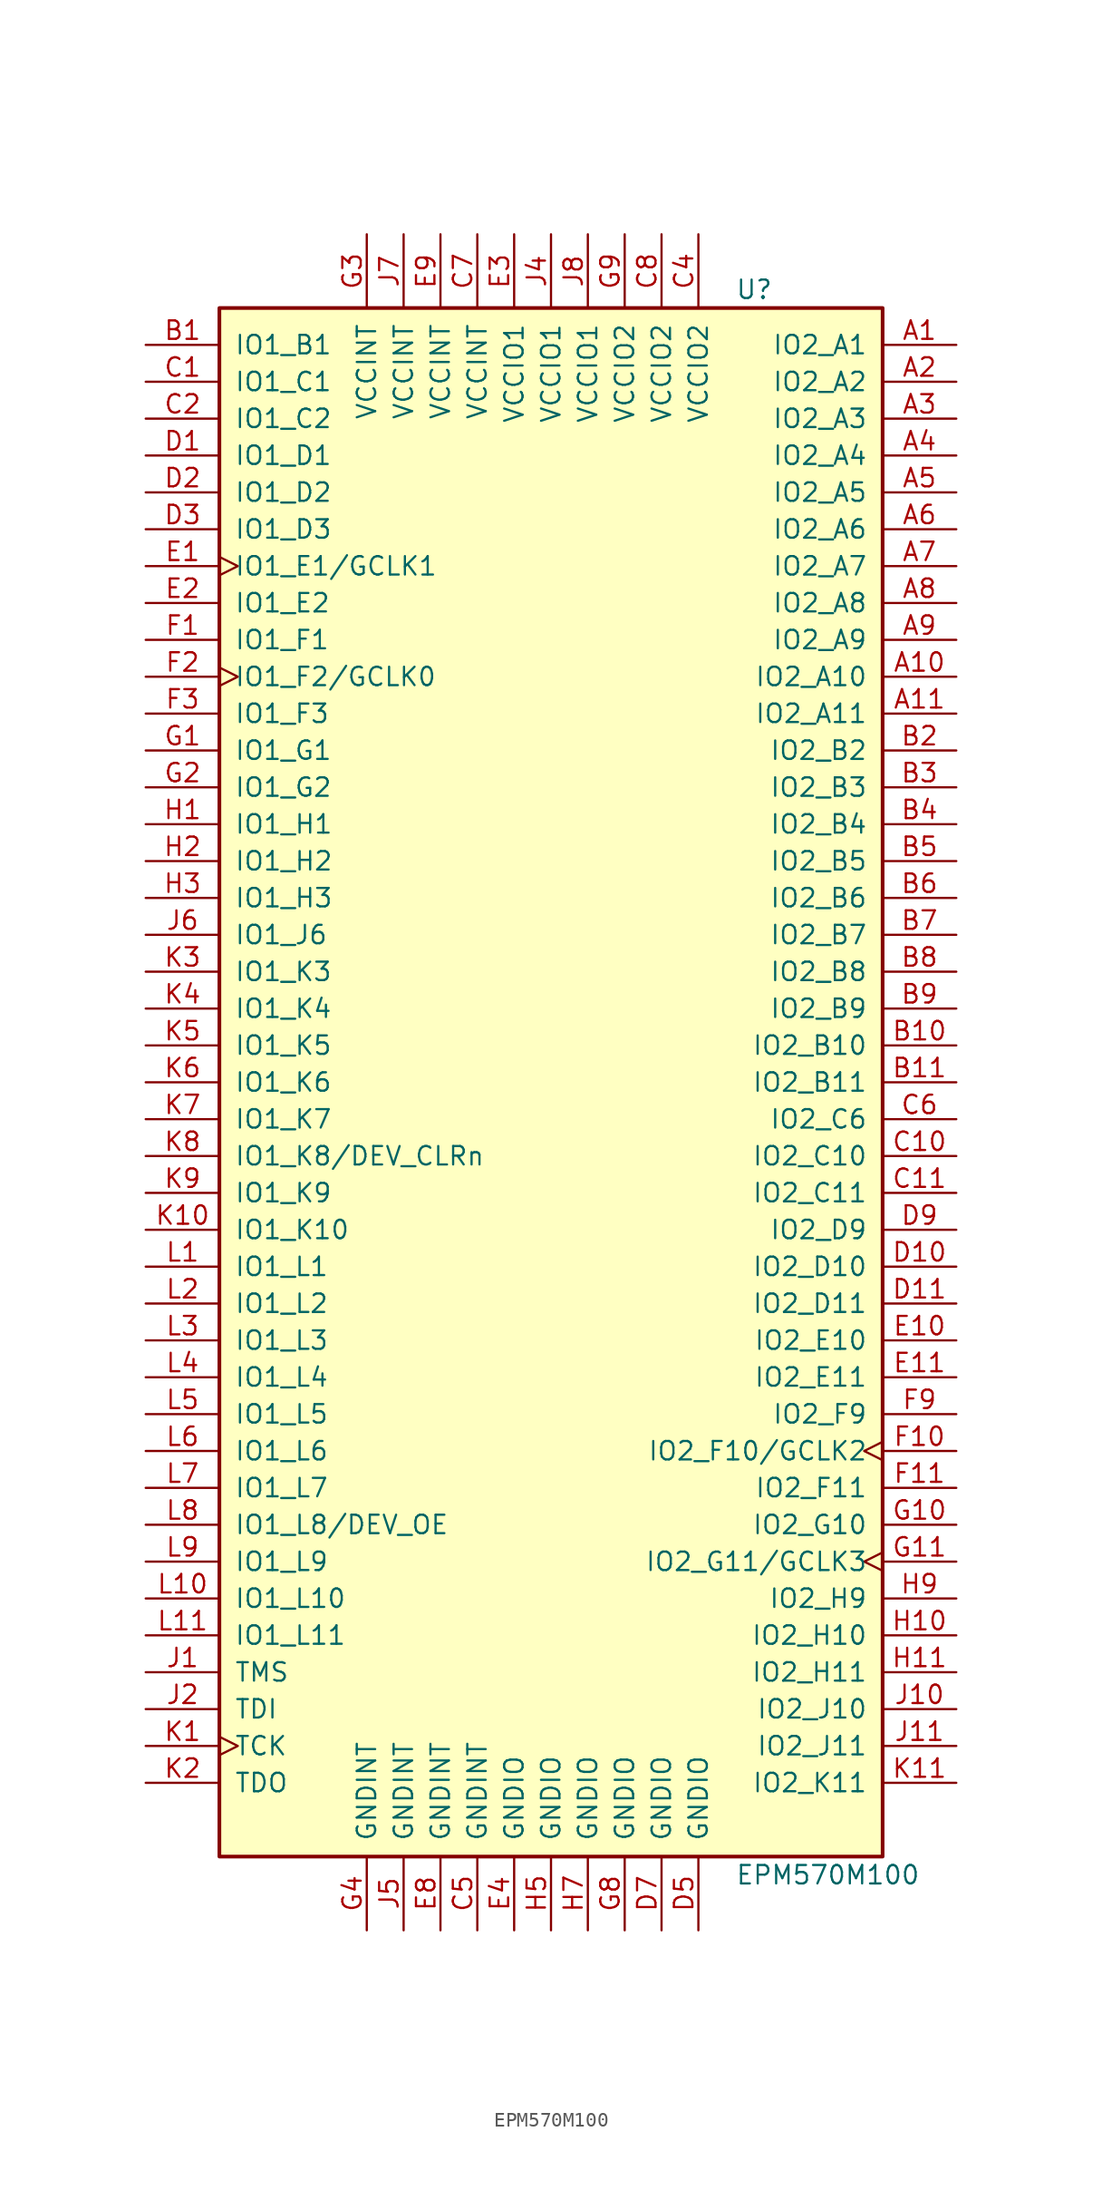
<source format=kicad_sym>
(kicad_symbol_lib
  (version 20201005)
  (generator kicad_symbol_editor)
  (symbol "EPM570M100"
    (pin_names
      (offset 1.016))
    (property "Reference" "U"
      (at 12.7 54.61 0)
      (effects (font (size 1.27 1.27)) (justify left)))
    (property "Value" "EPM570M100"
      (at 12.7 -54.61 0)
      (effects (font (size 1.27 1.27)) (justify left)))
    (property "ki_locked" ""
      (at 0 0 0)
      (effects (font (size 1.27 1.27))))
    (symbol "EPM570M100_1_1"
      (rectangle (start -22.86 53.34) (end 22.86 -53.34) (stroke (width 0.254)) (fill (type background)))
      (pin bidirectional line (at 27.94 50.8 180) (length 5.08) (name "IO2_A1" (effects (font (size 1.27 1.27)))) (number "A1" (effects (font (size 1.27 1.27)))))
      (pin bidirectional line (at 27.94 27.94 180) (length 5.08) (name "IO2_A10" (effects (font (size 1.27 1.27)))) (number "A10" (effects (font (size 1.27 1.27)))))
      (pin bidirectional line (at 27.94 25.4 180) (length 5.08) (name "IO2_A11" (effects (font (size 1.27 1.27)))) (number "A11" (effects (font (size 1.27 1.27)))))
      (pin bidirectional line (at 27.94 48.26 180) (length 5.08) (name "IO2_A2" (effects (font (size 1.27 1.27)))) (number "A2" (effects (font (size 1.27 1.27)))))
      (pin bidirectional line (at 27.94 45.72 180) (length 5.08) (name "IO2_A3" (effects (font (size 1.27 1.27)))) (number "A3" (effects (font (size 1.27 1.27)))))
      (pin bidirectional line (at 27.94 43.18 180) (length 5.08) (name "IO2_A4" (effects (font (size 1.27 1.27)))) (number "A4" (effects (font (size 1.27 1.27)))))
      (pin bidirectional line (at 27.94 40.64 180) (length 5.08) (name "IO2_A5" (effects (font (size 1.27 1.27)))) (number "A5" (effects (font (size 1.27 1.27)))))
      (pin bidirectional line (at 27.94 38.1 180) (length 5.08) (name "IO2_A6" (effects (font (size 1.27 1.27)))) (number "A6" (effects (font (size 1.27 1.27)))))
      (pin bidirectional line (at 27.94 35.56 180) (length 5.08) (name "IO2_A7" (effects (font (size 1.27 1.27)))) (number "A7" (effects (font (size 1.27 1.27)))))
      (pin bidirectional line (at 27.94 33.02 180) (length 5.08) (name "IO2_A8" (effects (font (size 1.27 1.27)))) (number "A8" (effects (font (size 1.27 1.27)))))
      (pin bidirectional line (at 27.94 30.48 180) (length 5.08) (name "IO2_A9" (effects (font (size 1.27 1.27)))) (number "A9" (effects (font (size 1.27 1.27)))))
      (pin bidirectional line (at -27.94 50.8 0) (length 5.08) (name "IO1_B1" (effects (font (size 1.27 1.27)))) (number "B1" (effects (font (size 1.27 1.27)))))
      (pin bidirectional line (at 27.94 2.54 180) (length 5.08) (name "IO2_B10" (effects (font (size 1.27 1.27)))) (number "B10" (effects (font (size 1.27 1.27)))))
      (pin bidirectional line (at 27.94 0 180) (length 5.08) (name "IO2_B11" (effects (font (size 1.27 1.27)))) (number "B11" (effects (font (size 1.27 1.27)))))
      (pin bidirectional line (at 27.94 22.86 180) (length 5.08) (name "IO2_B2" (effects (font (size 1.27 1.27)))) (number "B2" (effects (font (size 1.27 1.27)))))
      (pin bidirectional line (at 27.94 20.32 180) (length 5.08) (name "IO2_B3" (effects (font (size 1.27 1.27)))) (number "B3" (effects (font (size 1.27 1.27)))))
      (pin bidirectional line (at 27.94 17.78 180) (length 5.08) (name "IO2_B4" (effects (font (size 1.27 1.27)))) (number "B4" (effects (font (size 1.27 1.27)))))
      (pin bidirectional line (at 27.94 15.24 180) (length 5.08) (name "IO2_B5" (effects (font (size 1.27 1.27)))) (number "B5" (effects (font (size 1.27 1.27)))))
      (pin bidirectional line (at 27.94 12.7 180) (length 5.08) (name "IO2_B6" (effects (font (size 1.27 1.27)))) (number "B6" (effects (font (size 1.27 1.27)))))
      (pin bidirectional line (at 27.94 10.16 180) (length 5.08) (name "IO2_B7" (effects (font (size 1.27 1.27)))) (number "B7" (effects (font (size 1.27 1.27)))))
      (pin bidirectional line (at 27.94 7.62 180) (length 5.08) (name "IO2_B8" (effects (font (size 1.27 1.27)))) (number "B8" (effects (font (size 1.27 1.27)))))
      (pin bidirectional line (at 27.94 5.08 180) (length 5.08) (name "IO2_B9" (effects (font (size 1.27 1.27)))) (number "B9" (effects (font (size 1.27 1.27)))))
      (pin bidirectional line (at -27.94 48.26 0) (length 5.08) (name "IO1_C1" (effects (font (size 1.27 1.27)))) (number "C1" (effects (font (size 1.27 1.27)))))
      (pin bidirectional line (at 27.94 -5.08 180) (length 5.08) (name "IO2_C10" (effects (font (size 1.27 1.27)))) (number "C10" (effects (font (size 1.27 1.27)))))
      (pin bidirectional line (at 27.94 -7.62 180) (length 5.08) (name "IO2_C11" (effects (font (size 1.27 1.27)))) (number "C11" (effects (font (size 1.27 1.27)))))
      (pin bidirectional line (at -27.94 45.72 0) (length 5.08) (name "IO1_C2" (effects (font (size 1.27 1.27)))) (number "C2" (effects (font (size 1.27 1.27)))))
      (pin power_in line (at 10.16 58.42 270) (length 5.08) (name "VCCIO2" (effects (font (size 1.27 1.27)))) (number "C4" (effects (font (size 1.27 1.27)))))
      (pin power_in line (at -5.08 -58.42 90) (length 5.08) (name "GNDINT" (effects (font (size 1.27 1.27)))) (number "C5" (effects (font (size 1.27 1.27)))))
      (pin bidirectional line (at 27.94 -2.54 180) (length 5.08) (name "IO2_C6" (effects (font (size 1.27 1.27)))) (number "C6" (effects (font (size 1.27 1.27)))))
      (pin power_in line (at -5.08 58.42 270) (length 5.08) (name "VCCINT" (effects (font (size 1.27 1.27)))) (number "C7" (effects (font (size 1.27 1.27)))))
      (pin power_in line (at 7.62 58.42 270) (length 5.08) (name "VCCIO2" (effects (font (size 1.27 1.27)))) (number "C8" (effects (font (size 1.27 1.27)))))
      (pin bidirectional line (at -27.94 43.18 0) (length 5.08) (name "IO1_D1" (effects (font (size 1.27 1.27)))) (number "D1" (effects (font (size 1.27 1.27)))))
      (pin bidirectional line (at 27.94 -12.7 180) (length 5.08) (name "IO2_D10" (effects (font (size 1.27 1.27)))) (number "D10" (effects (font (size 1.27 1.27)))))
      (pin bidirectional line (at 27.94 -15.24 180) (length 5.08) (name "IO2_D11" (effects (font (size 1.27 1.27)))) (number "D11" (effects (font (size 1.27 1.27)))))
      (pin bidirectional line (at -27.94 40.64 0) (length 5.08) (name "IO1_D2" (effects (font (size 1.27 1.27)))) (number "D2" (effects (font (size 1.27 1.27)))))
      (pin bidirectional line (at -27.94 38.1 0) (length 5.08) (name "IO1_D3" (effects (font (size 1.27 1.27)))) (number "D3" (effects (font (size 1.27 1.27)))))
      (pin power_in line (at 10.16 -58.42 90) (length 5.08) (name "GNDIO" (effects (font (size 1.27 1.27)))) (number "D5" (effects (font (size 1.27 1.27)))))
      (pin power_in line (at 7.62 -58.42 90) (length 5.08) (name "GNDIO" (effects (font (size 1.27 1.27)))) (number "D7" (effects (font (size 1.27 1.27)))))
      (pin bidirectional line (at 27.94 -10.16 180) (length 5.08) (name "IO2_D9" (effects (font (size 1.27 1.27)))) (number "D9" (effects (font (size 1.27 1.27)))))
      (pin bidirectional clock (at -27.94 35.56 0) (length 5.08) (name "IO1_E1/GCLK1" (effects (font (size 1.27 1.27)))) (number "E1" (effects (font (size 1.27 1.27)))))
      (pin bidirectional line (at 27.94 -17.78 180) (length 5.08) (name "IO2_E10" (effects (font (size 1.27 1.27)))) (number "E10" (effects (font (size 1.27 1.27)))))
      (pin bidirectional line (at 27.94 -20.32 180) (length 5.08) (name "IO2_E11" (effects (font (size 1.27 1.27)))) (number "E11" (effects (font (size 1.27 1.27)))))
      (pin bidirectional line (at -27.94 33.02 0) (length 5.08) (name "IO1_E2" (effects (font (size 1.27 1.27)))) (number "E2" (effects (font (size 1.27 1.27)))))
      (pin power_in line (at -2.54 58.42 270) (length 5.08) (name "VCCIO1" (effects (font (size 1.27 1.27)))) (number "E3" (effects (font (size 1.27 1.27)))))
      (pin power_in line (at -2.54 -58.42 90) (length 5.08) (name "GNDIO" (effects (font (size 1.27 1.27)))) (number "E4" (effects (font (size 1.27 1.27)))))
      (pin power_in line (at -7.62 -58.42 90) (length 5.08) (name "GNDINT" (effects (font (size 1.27 1.27)))) (number "E8" (effects (font (size 1.27 1.27)))))
      (pin power_in line (at -7.62 58.42 270) (length 5.08) (name "VCCINT" (effects (font (size 1.27 1.27)))) (number "E9" (effects (font (size 1.27 1.27)))))
      (pin bidirectional line (at -27.94 30.48 0) (length 5.08) (name "IO1_F1" (effects (font (size 1.27 1.27)))) (number "F1" (effects (font (size 1.27 1.27)))))
      (pin bidirectional clock (at 27.94 -25.4 180) (length 5.08) (name "IO2_F10/GCLK2" (effects (font (size 1.27 1.27)))) (number "F10" (effects (font (size 1.27 1.27)))))
      (pin bidirectional line (at 27.94 -27.94 180) (length 5.08) (name "IO2_F11" (effects (font (size 1.27 1.27)))) (number "F11" (effects (font (size 1.27 1.27)))))
      (pin bidirectional clock (at -27.94 27.94 0) (length 5.08) (name "IO1_F2/GCLK0" (effects (font (size 1.27 1.27)))) (number "F2" (effects (font (size 1.27 1.27)))))
      (pin bidirectional line (at -27.94 25.4 0) (length 5.08) (name "IO1_F3" (effects (font (size 1.27 1.27)))) (number "F3" (effects (font (size 1.27 1.27)))))
      (pin bidirectional line (at 27.94 -22.86 180) (length 5.08) (name "IO2_F9" (effects (font (size 1.27 1.27)))) (number "F9" (effects (font (size 1.27 1.27)))))
      (pin bidirectional line (at -27.94 22.86 0) (length 5.08) (name "IO1_G1" (effects (font (size 1.27 1.27)))) (number "G1" (effects (font (size 1.27 1.27)))))
      (pin bidirectional line (at 27.94 -30.48 180) (length 5.08) (name "IO2_G10" (effects (font (size 1.27 1.27)))) (number "G10" (effects (font (size 1.27 1.27)))))
      (pin bidirectional clock (at 27.94 -33.02 180) (length 5.08) (name "IO2_G11/GCLK3" (effects (font (size 1.27 1.27)))) (number "G11" (effects (font (size 1.27 1.27)))))
      (pin bidirectional line (at -27.94 20.32 0) (length 5.08) (name "IO1_G2" (effects (font (size 1.27 1.27)))) (number "G2" (effects (font (size 1.27 1.27)))))
      (pin power_in line (at -12.7 58.42 270) (length 5.08) (name "VCCINT" (effects (font (size 1.27 1.27)))) (number "G3" (effects (font (size 1.27 1.27)))))
      (pin power_in line (at -12.7 -58.42 90) (length 5.08) (name "GNDINT" (effects (font (size 1.27 1.27)))) (number "G4" (effects (font (size 1.27 1.27)))))
      (pin power_in line (at 5.08 -58.42 90) (length 5.08) (name "GNDIO" (effects (font (size 1.27 1.27)))) (number "G8" (effects (font (size 1.27 1.27)))))
      (pin power_in line (at 5.08 58.42 270) (length 5.08) (name "VCCIO2" (effects (font (size 1.27 1.27)))) (number "G9" (effects (font (size 1.27 1.27)))))
      (pin bidirectional line (at -27.94 17.78 0) (length 5.08) (name "IO1_H1" (effects (font (size 1.27 1.27)))) (number "H1" (effects (font (size 1.27 1.27)))))
      (pin bidirectional line (at 27.94 -38.1 180) (length 5.08) (name "IO2_H10" (effects (font (size 1.27 1.27)))) (number "H10" (effects (font (size 1.27 1.27)))))
      (pin bidirectional line (at 27.94 -40.64 180) (length 5.08) (name "IO2_H11" (effects (font (size 1.27 1.27)))) (number "H11" (effects (font (size 1.27 1.27)))))
      (pin bidirectional line (at -27.94 15.24 0) (length 5.08) (name "IO1_H2" (effects (font (size 1.27 1.27)))) (number "H2" (effects (font (size 1.27 1.27)))))
      (pin bidirectional line (at -27.94 12.7 0) (length 5.08) (name "IO1_H3" (effects (font (size 1.27 1.27)))) (number "H3" (effects (font (size 1.27 1.27)))))
      (pin power_in line (at 0 -58.42 90) (length 5.08) (name "GNDIO" (effects (font (size 1.27 1.27)))) (number "H5" (effects (font (size 1.27 1.27)))))
      (pin power_in line (at 2.54 -58.42 90) (length 5.08) (name "GNDIO" (effects (font (size 1.27 1.27)))) (number "H7" (effects (font (size 1.27 1.27)))))
      (pin bidirectional line (at 27.94 -35.56 180) (length 5.08) (name "IO2_H9" (effects (font (size 1.27 1.27)))) (number "H9" (effects (font (size 1.27 1.27)))))
      (pin input line (at -27.94 -40.64 0) (length 5.08) (name "TMS" (effects (font (size 1.27 1.27)))) (number "J1" (effects (font (size 1.27 1.27)))))
      (pin bidirectional line (at 27.94 -43.18 180) (length 5.08) (name "IO2_J10" (effects (font (size 1.27 1.27)))) (number "J10" (effects (font (size 1.27 1.27)))))
      (pin bidirectional line (at 27.94 -45.72 180) (length 5.08) (name "IO2_J11" (effects (font (size 1.27 1.27)))) (number "J11" (effects (font (size 1.27 1.27)))))
      (pin input line (at -27.94 -43.18 0) (length 5.08) (name "TDI" (effects (font (size 1.27 1.27)))) (number "J2" (effects (font (size 1.27 1.27)))))
      (pin power_in line (at 0 58.42 270) (length 5.08) (name "VCCIO1" (effects (font (size 1.27 1.27)))) (number "J4" (effects (font (size 1.27 1.27)))))
      (pin power_in line (at -10.16 -58.42 90) (length 5.08) (name "GNDINT" (effects (font (size 1.27 1.27)))) (number "J5" (effects (font (size 1.27 1.27)))))
      (pin bidirectional line (at -27.94 10.16 0) (length 5.08) (name "IO1_J6" (effects (font (size 1.27 1.27)))) (number "J6" (effects (font (size 1.27 1.27)))))
      (pin power_in line (at -10.16 58.42 270) (length 5.08) (name "VCCINT" (effects (font (size 1.27 1.27)))) (number "J7" (effects (font (size 1.27 1.27)))))
      (pin power_in line (at 2.54 58.42 270) (length 5.08) (name "VCCIO1" (effects (font (size 1.27 1.27)))) (number "J8" (effects (font (size 1.27 1.27)))))
      (pin input clock (at -27.94 -45.72 0) (length 5.08) (name "TCK" (effects (font (size 1.27 1.27)))) (number "K1" (effects (font (size 1.27 1.27)))))
      (pin bidirectional line (at -27.94 -10.16 0) (length 5.08) (name "IO1_K10" (effects (font (size 1.27 1.27)))) (number "K10" (effects (font (size 1.27 1.27)))))
      (pin bidirectional line (at 27.94 -48.26 180) (length 5.08) (name "IO2_K11" (effects (font (size 1.27 1.27)))) (number "K11" (effects (font (size 1.27 1.27)))))
      (pin output line (at -27.94 -48.26 0) (length 5.08) (name "TDO" (effects (font (size 1.27 1.27)))) (number "K2" (effects (font (size 1.27 1.27)))))
      (pin bidirectional line (at -27.94 7.62 0) (length 5.08) (name "IO1_K3" (effects (font (size 1.27 1.27)))) (number "K3" (effects (font (size 1.27 1.27)))))
      (pin bidirectional line (at -27.94 5.08 0) (length 5.08) (name "IO1_K4" (effects (font (size 1.27 1.27)))) (number "K4" (effects (font (size 1.27 1.27)))))
      (pin bidirectional line (at -27.94 2.54 0) (length 5.08) (name "IO1_K5" (effects (font (size 1.27 1.27)))) (number "K5" (effects (font (size 1.27 1.27)))))
      (pin bidirectional line (at -27.94 0 0) (length 5.08) (name "IO1_K6" (effects (font (size 1.27 1.27)))) (number "K6" (effects (font (size 1.27 1.27)))))
      (pin bidirectional line (at -27.94 -2.54 0) (length 5.08) (name "IO1_K7" (effects (font (size 1.27 1.27)))) (number "K7" (effects (font (size 1.27 1.27)))))
      (pin bidirectional line (at -27.94 -5.08 0) (length 5.08) (name "IO1_K8/DEV_CLRn" (effects (font (size 1.27 1.27)))) (number "K8" (effects (font (size 1.27 1.27)))))
      (pin bidirectional line (at -27.94 -7.62 0) (length 5.08) (name "IO1_K9" (effects (font (size 1.27 1.27)))) (number "K9" (effects (font (size 1.27 1.27)))))
      (pin bidirectional line (at -27.94 -12.7 0) (length 5.08) (name "IO1_L1" (effects (font (size 1.27 1.27)))) (number "L1" (effects (font (size 1.27 1.27)))))
      (pin bidirectional line (at -27.94 -35.56 0) (length 5.08) (name "IO1_L10" (effects (font (size 1.27 1.27)))) (number "L10" (effects (font (size 1.27 1.27)))))
      (pin bidirectional line (at -27.94 -38.1 0) (length 5.08) (name "IO1_L11" (effects (font (size 1.27 1.27)))) (number "L11" (effects (font (size 1.27 1.27)))))
      (pin bidirectional line (at -27.94 -15.24 0) (length 5.08) (name "IO1_L2" (effects (font (size 1.27 1.27)))) (number "L2" (effects (font (size 1.27 1.27)))))
      (pin bidirectional line (at -27.94 -17.78 0) (length 5.08) (name "IO1_L3" (effects (font (size 1.27 1.27)))) (number "L3" (effects (font (size 1.27 1.27)))))
      (pin bidirectional line (at -27.94 -20.32 0) (length 5.08) (name "IO1_L4" (effects (font (size 1.27 1.27)))) (number "L4" (effects (font (size 1.27 1.27)))))
      (pin bidirectional line (at -27.94 -22.86 0) (length 5.08) (name "IO1_L5" (effects (font (size 1.27 1.27)))) (number "L5" (effects (font (size 1.27 1.27)))))
      (pin bidirectional line (at -27.94 -25.4 0) (length 5.08) (name "IO1_L6" (effects (font (size 1.27 1.27)))) (number "L6" (effects (font (size 1.27 1.27)))))
      (pin bidirectional line (at -27.94 -27.94 0) (length 5.08) (name "IO1_L7" (effects (font (size 1.27 1.27)))) (number "L7" (effects (font (size 1.27 1.27)))))
      (pin bidirectional line (at -27.94 -30.48 0) (length 5.08) (name "IO1_L8/DEV_OE" (effects (font (size 1.27 1.27)))) (number "L8" (effects (font (size 1.27 1.27)))))
      (pin bidirectional line (at -27.94 -33.02 0) (length 5.08) (name "IO1_L9" (effects (font (size 1.27 1.27)))) (number "L9" (effects (font (size 1.27 1.27))))))))
</source>
